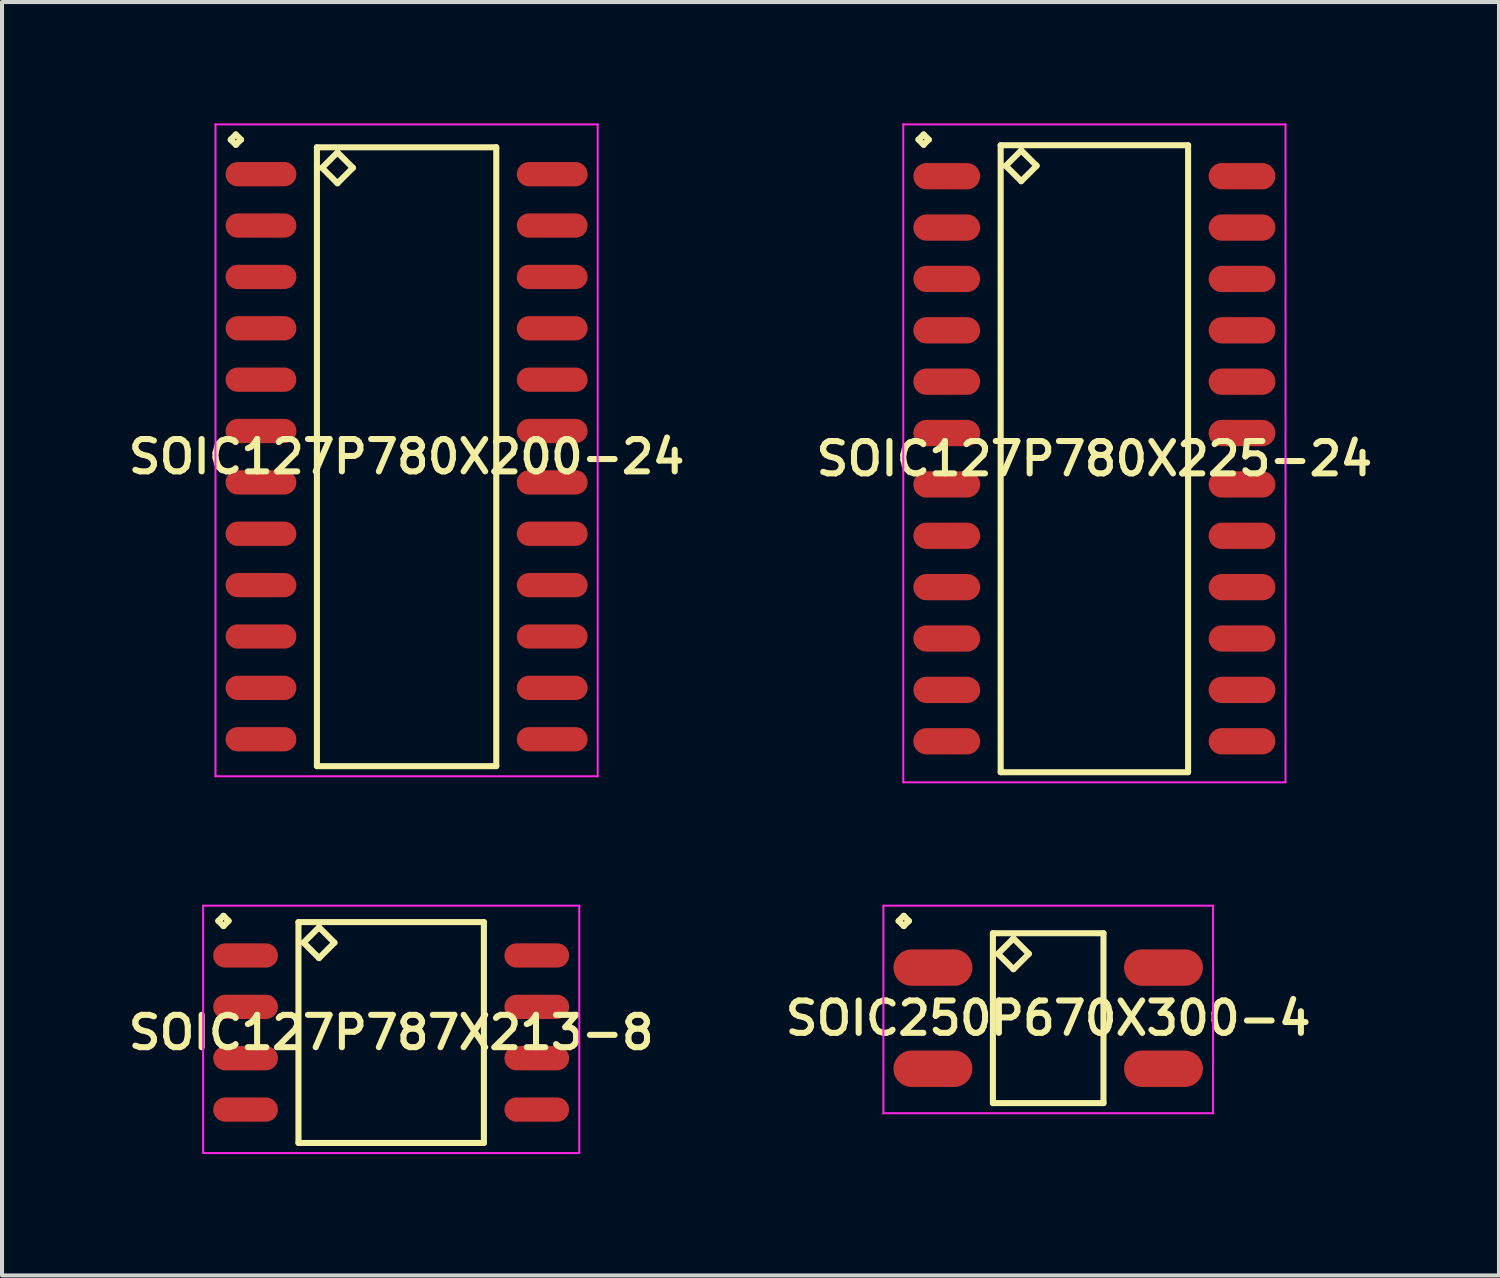
<source format=kicad_pcb>
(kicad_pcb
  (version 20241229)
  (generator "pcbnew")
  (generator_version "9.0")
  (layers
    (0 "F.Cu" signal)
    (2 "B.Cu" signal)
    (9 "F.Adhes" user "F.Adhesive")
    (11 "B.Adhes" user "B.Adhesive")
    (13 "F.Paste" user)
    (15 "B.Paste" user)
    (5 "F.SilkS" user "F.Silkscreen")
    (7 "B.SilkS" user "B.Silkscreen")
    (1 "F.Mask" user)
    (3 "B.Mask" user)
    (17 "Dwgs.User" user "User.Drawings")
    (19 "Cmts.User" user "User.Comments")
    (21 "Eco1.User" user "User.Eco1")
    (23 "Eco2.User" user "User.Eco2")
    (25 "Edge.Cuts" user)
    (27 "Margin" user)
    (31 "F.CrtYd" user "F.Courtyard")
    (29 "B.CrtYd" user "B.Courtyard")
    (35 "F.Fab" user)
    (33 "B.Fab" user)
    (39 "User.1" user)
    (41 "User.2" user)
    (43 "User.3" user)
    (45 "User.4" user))
  (footprint "SOIC250P670X300-4"
    (layer "F.Cu")
    (at 22.864 22.122)
    (property "Reference" "SOIC250P670X300-4" (at 0 0 0) (layer "F.SilkS") (effects (font (size 0.8 0.8) (thickness 0.15))))
    (attr smd)
    (fp_line (start -3.698 -2.404) (end -3.571 -2.531) (stroke (width 0.15) (type solid)) (layer "F.SilkS"))
    (fp_line (start -3.571 -2.531) (end -3.444 -2.404) (stroke (width 0.15) (type solid)) (layer "F.SilkS"))
    (fp_line (start -3.571 -2.277) (end -3.698 -2.404) (stroke (width 0.15) (type solid)) (layer "F.SilkS"))
    (fp_line (start -3.444 -2.404) (end -3.571 -2.277) (stroke (width 0.15) (type solid)) (layer "F.SilkS"))
    (fp_line (start -1.367 -2.1) (end -1.367 2.1) (stroke (width 0.15) (type solid)) (layer "F.SilkS"))
    (fp_line (start -1.367 2.1) (end 1.367 2.1) (stroke (width 0.15) (type solid)) (layer "F.SilkS"))
    (fp_line (start -1.24 -1.592) (end -0.859 -1.973) (stroke (width 0.15) (type solid)) (layer "F.SilkS"))
    (fp_line (start -0.859 -1.973) (end -0.478 -1.592) (stroke (width 0.15) (type solid)) (layer "F.SilkS"))
    (fp_line (start -0.859 -1.211) (end -1.24 -1.592) (stroke (width 0.15) (type solid)) (layer "F.SilkS"))
    (fp_line (start -0.478 -1.592) (end -0.859 -1.211) (stroke (width 0.15) (type solid)) (layer "F.SilkS"))
    (fp_line (start 1.367 -2.1) (end -1.367 -2.1) (stroke (width 0.15) (type solid)) (layer "F.SilkS"))
    (fp_line (start 1.367 2.1) (end 1.367 -2.1) (stroke (width 0.15) (type solid)) (layer "F.SilkS"))
    (fp_line (start -4.075 -2.781) (end 4.075 -2.781) (stroke (width 0.05) (type solid)) (layer "F.CrtYd"))
    (fp_line (start -4.075 2.35) (end -4.075 -2.781) (stroke (width 0.05) (type solid)) (layer "F.CrtYd"))
    (fp_line (start 4.075 -2.781) (end 4.075 2.35) (stroke (width 0.05) (type solid)) (layer "F.CrtYd"))
    (fp_line (start 4.075 2.35) (end -4.075 2.35) (stroke (width 0.05) (type solid)) (layer "F.CrtYd"))
    (pad "1" smd oval (at -2.85 -1.25) (size 1.95 0.9) (layers "F.Cu" "F.Mask" "F.Paste"))
    (pad "2" smd oval (at -2.85 1.25) (size 1.95 0.9) (layers "F.Cu" "F.Mask" "F.Paste"))
    (pad "3" smd oval (at 2.85 1.25) (size 1.95 0.9) (layers "F.Cu" "F.Mask" "F.Paste"))
    (pad "4" smd oval (at 2.85 -1.25) (size 1.95 0.9) (layers "F.Cu" "F.Mask" "F.Paste")))
  (footprint "SOIC127P787X213-8"
    (layer "F.Cu")
    (at 6.621 22.477)
    (property "Reference" "SOIC127P787X213-8" (at 0 0 0) (layer "F.SilkS") (effects (font (size 0.8 0.8) (thickness 0.15))))
    (attr smd)
    (fp_line (start -4.273 -2.759) (end -4.146 -2.886) (stroke (width 0.15) (type solid)) (layer "F.SilkS"))
    (fp_line (start -4.146 -2.886) (end -4.019 -2.759) (stroke (width 0.15) (type solid)) (layer "F.SilkS"))
    (fp_line (start -4.146 -2.632) (end -4.273 -2.759) (stroke (width 0.15) (type solid)) (layer "F.SilkS"))
    (fp_line (start -4.019 -2.759) (end -4.146 -2.632) (stroke (width 0.15) (type solid)) (layer "F.SilkS"))
    (fp_line (start -2.292 -2.73) (end -2.292 2.73) (stroke (width 0.15) (type solid)) (layer "F.SilkS"))
    (fp_line (start -2.292 2.73) (end 2.292 2.73) (stroke (width 0.15) (type solid)) (layer "F.SilkS"))
    (fp_line (start -2.165 -2.222) (end -1.784 -2.603) (stroke (width 0.15) (type solid)) (layer "F.SilkS"))
    (fp_line (start -1.784 -2.603) (end -1.403 -2.222) (stroke (width 0.15) (type solid)) (layer "F.SilkS"))
    (fp_line (start -1.784 -1.841) (end -2.165 -2.222) (stroke (width 0.15) (type solid)) (layer "F.SilkS"))
    (fp_line (start -1.403 -2.222) (end -1.784 -1.841) (stroke (width 0.15) (type solid)) (layer "F.SilkS"))
    (fp_line (start 2.292 -2.73) (end -2.292 -2.73) (stroke (width 0.15) (type solid)) (layer "F.SilkS"))
    (fp_line (start 2.292 2.73) (end 2.292 -2.73) (stroke (width 0.15) (type solid)) (layer "F.SilkS"))
    (fp_line (start -4.65 -3.136) (end 4.65 -3.136) (stroke (width 0.05) (type solid)) (layer "F.CrtYd"))
    (fp_line (start -4.65 2.98) (end -4.65 -3.136) (stroke (width 0.05) (type solid)) (layer "F.CrtYd"))
    (fp_line (start 4.65 -3.136) (end 4.65 2.98) (stroke (width 0.05) (type solid)) (layer "F.CrtYd"))
    (fp_line (start 4.65 2.98) (end -4.65 2.98) (stroke (width 0.05) (type solid)) (layer "F.CrtYd"))
    (pad "1" smd oval (at -3.6 -1.905) (size 1.6 0.6) (layers "F.Cu" "F.Mask" "F.Paste"))
    (pad "2" smd oval (at -3.6 -0.635) (size 1.6 0.6) (layers "F.Cu" "F.Mask" "F.Paste"))
    (pad "3" smd oval (at -3.6 0.635) (size 1.6 0.6) (layers "F.Cu" "F.Mask" "F.Paste"))
    (pad "4" smd oval (at -3.6 1.905) (size 1.6 0.6) (layers "F.Cu" "F.Mask" "F.Paste"))
    (pad "5" smd oval (at 3.6 1.905) (size 1.6 0.6) (layers "F.Cu" "F.Mask" "F.Paste"))
    (pad "6" smd oval (at 3.6 0.635) (size 1.6 0.6) (layers "F.Cu" "F.Mask" "F.Paste"))
    (pad "7" smd oval (at 3.6 -0.635) (size 1.6 0.6) (layers "F.Cu" "F.Mask" "F.Paste"))
    (pad "8" smd oval (at 3.6 -1.905) (size 1.6 0.6) (layers "F.Cu" "F.Mask" "F.Paste")))
  (footprint "SOIC127P780X225-24"
    (layer "F.Cu")
    (at 24.006 8.291)
    (property "Reference" "SOIC127P780X225-24" (at 0 0 0) (layer "F.SilkS") (effects (font (size 0.8 0.8) (thickness 0.15))))
    (attr smd)
    (fp_line (start -4.348 -7.889) (end -4.221 -8.016) (stroke (width 0.15) (type solid)) (layer "F.SilkS"))
    (fp_line (start -4.221 -8.016) (end -4.094 -7.889) (stroke (width 0.15) (type solid)) (layer "F.SilkS"))
    (fp_line (start -4.221 -7.762) (end -4.348 -7.889) (stroke (width 0.15) (type solid)) (layer "F.SilkS"))
    (fp_line (start -4.094 -7.889) (end -4.221 -7.762) (stroke (width 0.15) (type solid)) (layer "F.SilkS"))
    (fp_line (start -2.317 -7.75) (end -2.317 7.75) (stroke (width 0.15) (type solid)) (layer "F.SilkS"))
    (fp_line (start -2.317 7.75) (end 2.317 7.75) (stroke (width 0.15) (type solid)) (layer "F.SilkS"))
    (fp_line (start -2.19 -7.242) (end -1.809 -7.623) (stroke (width 0.15) (type solid)) (layer "F.SilkS"))
    (fp_line (start -1.809 -7.623) (end -1.428 -7.242) (stroke (width 0.15) (type solid)) (layer "F.SilkS"))
    (fp_line (start -1.809 -6.861) (end -2.19 -7.242) (stroke (width 0.15) (type solid)) (layer "F.SilkS"))
    (fp_line (start -1.428 -7.242) (end -1.809 -6.861) (stroke (width 0.15) (type solid)) (layer "F.SilkS"))
    (fp_line (start 2.317 -7.75) (end -2.317 -7.75) (stroke (width 0.15) (type solid)) (layer "F.SilkS"))
    (fp_line (start 2.317 7.75) (end 2.317 -7.75) (stroke (width 0.15) (type solid)) (layer "F.SilkS"))
    (fp_line (start -4.725 -8.266) (end 4.725 -8.266) (stroke (width 0.05) (type solid)) (layer "F.CrtYd"))
    (fp_line (start -4.725 8) (end -4.725 -8.266) (stroke (width 0.05) (type solid)) (layer "F.CrtYd"))
    (fp_line (start 4.725 -8.266) (end 4.725 8) (stroke (width 0.05) (type solid)) (layer "F.CrtYd"))
    (fp_line (start 4.725 8) (end -4.725 8) (stroke (width 0.05) (type solid)) (layer "F.CrtYd"))
    (pad "1" smd oval (at -3.65 -6.985) (size 1.65 0.65) (layers "F.Cu" "F.Mask" "F.Paste"))
    (pad "2" smd oval (at -3.65 -5.715) (size 1.65 0.65) (layers "F.Cu" "F.Mask" "F.Paste"))
    (pad "3" smd oval (at -3.65 -4.445) (size 1.65 0.65) (layers "F.Cu" "F.Mask" "F.Paste"))
    (pad "4" smd oval (at -3.65 -3.175) (size 1.65 0.65) (layers "F.Cu" "F.Mask" "F.Paste"))
    (pad "5" smd oval (at -3.65 -1.905) (size 1.65 0.65) (layers "F.Cu" "F.Mask" "F.Paste"))
    (pad "6" smd oval (at -3.65 -0.635) (size 1.65 0.65) (layers "F.Cu" "F.Mask" "F.Paste"))
    (pad "7" smd oval (at -3.65 0.635) (size 1.65 0.65) (layers "F.Cu" "F.Mask" "F.Paste"))
    (pad "8" smd oval (at -3.65 1.905) (size 1.65 0.65) (layers "F.Cu" "F.Mask" "F.Paste"))
    (pad "9" smd oval (at -3.65 3.175) (size 1.65 0.65) (layers "F.Cu" "F.Mask" "F.Paste"))
    (pad "10" smd oval (at -3.65 4.445) (size 1.65 0.65) (layers "F.Cu" "F.Mask" "F.Paste"))
    (pad "11" smd oval (at -3.65 5.715) (size 1.65 0.65) (layers "F.Cu" "F.Mask" "F.Paste"))
    (pad "12" smd oval (at -3.65 6.985) (size 1.65 0.65) (layers "F.Cu" "F.Mask" "F.Paste"))
    (pad "13" smd oval (at 3.65 6.985) (size 1.65 0.65) (layers "F.Cu" "F.Mask" "F.Paste"))
    (pad "14" smd oval (at 3.65 5.715) (size 1.65 0.65) (layers "F.Cu" "F.Mask" "F.Paste"))
    (pad "15" smd oval (at 3.65 4.445) (size 1.65 0.65) (layers "F.Cu" "F.Mask" "F.Paste"))
    (pad "16" smd oval (at 3.65 3.175) (size 1.65 0.65) (layers "F.Cu" "F.Mask" "F.Paste"))
    (pad "17" smd oval (at 3.65 1.905) (size 1.65 0.65) (layers "F.Cu" "F.Mask" "F.Paste"))
    (pad "18" smd oval (at 3.65 0.635) (size 1.65 0.65) (layers "F.Cu" "F.Mask" "F.Paste"))
    (pad "19" smd oval (at 3.65 -0.635) (size 1.65 0.65) (layers "F.Cu" "F.Mask" "F.Paste"))
    (pad "20" smd oval (at 3.65 -1.905) (size 1.65 0.65) (layers "F.Cu" "F.Mask" "F.Paste"))
    (pad "21" smd oval (at 3.65 -3.175) (size 1.65 0.65) (layers "F.Cu" "F.Mask" "F.Paste"))
    (pad "22" smd oval (at 3.65 -4.445) (size 1.65 0.65) (layers "F.Cu" "F.Mask" "F.Paste"))
    (pad "23" smd oval (at 3.65 -5.715) (size 1.65 0.65) (layers "F.Cu" "F.Mask" "F.Paste"))
    (pad "24" smd oval (at 3.65 -6.985) (size 1.65 0.65) (layers "F.Cu" "F.Mask" "F.Paste")))
  (footprint "SOIC127P780X200-24"
    (layer "F.Cu")
    (at 7.002 8.241)
    (property "Reference" "SOIC127P780X200-24" (at 0 0 0) (layer "F.SilkS") (effects (font (size 0.8 0.8) (thickness 0.15))))
    (attr smd)
    (fp_line (start -4.348 -7.839) (end -4.221 -7.966) (stroke (width 0.15) (type solid)) (layer "F.SilkS"))
    (fp_line (start -4.221 -7.966) (end -4.094 -7.839) (stroke (width 0.15) (type solid)) (layer "F.SilkS"))
    (fp_line (start -4.221 -7.712) (end -4.348 -7.839) (stroke (width 0.15) (type solid)) (layer "F.SilkS"))
    (fp_line (start -4.094 -7.839) (end -4.221 -7.712) (stroke (width 0.15) (type solid)) (layer "F.SilkS"))
    (fp_line (start -2.217 -7.65) (end -2.217 7.65) (stroke (width 0.15) (type solid)) (layer "F.SilkS"))
    (fp_line (start -2.217 7.65) (end 2.217 7.65) (stroke (width 0.15) (type solid)) (layer "F.SilkS"))
    (fp_line (start -2.09 -7.142) (end -1.709 -7.523) (stroke (width 0.15) (type solid)) (layer "F.SilkS"))
    (fp_line (start -1.709 -7.523) (end -1.328 -7.142) (stroke (width 0.15) (type solid)) (layer "F.SilkS"))
    (fp_line (start -1.709 -6.761) (end -2.09 -7.142) (stroke (width 0.15) (type solid)) (layer "F.SilkS"))
    (fp_line (start -1.328 -7.142) (end -1.709 -6.761) (stroke (width 0.15) (type solid)) (layer "F.SilkS"))
    (fp_line (start 2.217 -7.65) (end -2.217 -7.65) (stroke (width 0.15) (type solid)) (layer "F.SilkS"))
    (fp_line (start 2.217 7.65) (end 2.217 -7.65) (stroke (width 0.15) (type solid)) (layer "F.SilkS"))
    (fp_line (start -4.725 -8.216) (end 4.725 -8.216) (stroke (width 0.05) (type solid)) (layer "F.CrtYd"))
    (fp_line (start -4.725 7.9) (end -4.725 -8.216) (stroke (width 0.05) (type solid)) (layer "F.CrtYd"))
    (fp_line (start 4.725 -8.216) (end 4.725 7.9) (stroke (width 0.05) (type solid)) (layer "F.CrtYd"))
    (fp_line (start 4.725 7.9) (end -4.725 7.9) (stroke (width 0.05) (type solid)) (layer "F.CrtYd"))
    (pad "1" smd oval (at -3.6 -6.985) (size 1.75 0.6) (layers "F.Cu" "F.Mask" "F.Paste"))
    (pad "2" smd oval (at -3.6 -5.715) (size 1.75 0.6) (layers "F.Cu" "F.Mask" "F.Paste"))
    (pad "3" smd oval (at -3.6 -4.445) (size 1.75 0.6) (layers "F.Cu" "F.Mask" "F.Paste"))
    (pad "4" smd oval (at -3.6 -3.175) (size 1.75 0.6) (layers "F.Cu" "F.Mask" "F.Paste"))
    (pad "5" smd oval (at -3.6 -1.905) (size 1.75 0.6) (layers "F.Cu" "F.Mask" "F.Paste"))
    (pad "6" smd oval (at -3.6 -0.635) (size 1.75 0.6) (layers "F.Cu" "F.Mask" "F.Paste"))
    (pad "7" smd oval (at -3.6 0.635) (size 1.75 0.6) (layers "F.Cu" "F.Mask" "F.Paste"))
    (pad "8" smd oval (at -3.6 1.905) (size 1.75 0.6) (layers "F.Cu" "F.Mask" "F.Paste"))
    (pad "9" smd oval (at -3.6 3.175) (size 1.75 0.6) (layers "F.Cu" "F.Mask" "F.Paste"))
    (pad "10" smd oval (at -3.6 4.445) (size 1.75 0.6) (layers "F.Cu" "F.Mask" "F.Paste"))
    (pad "11" smd oval (at -3.6 5.715) (size 1.75 0.6) (layers "F.Cu" "F.Mask" "F.Paste"))
    (pad "12" smd oval (at -3.6 6.985) (size 1.75 0.6) (layers "F.Cu" "F.Mask" "F.Paste"))
    (pad "13" smd oval (at 3.6 6.985) (size 1.75 0.6) (layers "F.Cu" "F.Mask" "F.Paste"))
    (pad "14" smd oval (at 3.6 5.715) (size 1.75 0.6) (layers "F.Cu" "F.Mask" "F.Paste"))
    (pad "15" smd oval (at 3.6 4.445) (size 1.75 0.6) (layers "F.Cu" "F.Mask" "F.Paste"))
    (pad "16" smd oval (at 3.6 3.175) (size 1.75 0.6) (layers "F.Cu" "F.Mask" "F.Paste"))
    (pad "17" smd oval (at 3.6 1.905) (size 1.75 0.6) (layers "F.Cu" "F.Mask" "F.Paste"))
    (pad "18" smd oval (at 3.6 0.635) (size 1.75 0.6) (layers "F.Cu" "F.Mask" "F.Paste"))
    (pad "19" smd oval (at 3.6 -0.635) (size 1.75 0.6) (layers "F.Cu" "F.Mask" "F.Paste"))
    (pad "20" smd oval (at 3.6 -1.905) (size 1.75 0.6) (layers "F.Cu" "F.Mask" "F.Paste"))
    (pad "21" smd oval (at 3.6 -3.175) (size 1.75 0.6) (layers "F.Cu" "F.Mask" "F.Paste"))
    (pad "22" smd oval (at 3.6 -4.445) (size 1.75 0.6) (layers "F.Cu" "F.Mask" "F.Paste"))
    (pad "23" smd oval (at 3.6 -5.715) (size 1.75 0.6) (layers "F.Cu" "F.Mask" "F.Paste"))
    (pad "24" smd oval (at 3.6 -6.985) (size 1.75 0.6) (layers "F.Cu" "F.Mask" "F.Paste")))
  (gr_rect
    (start -3 -3)
    (end 34.009 28.482)
    (stroke (width 0.1) (type default))
    (fill no)
    (layer "Edge.Cuts")))
</source>
